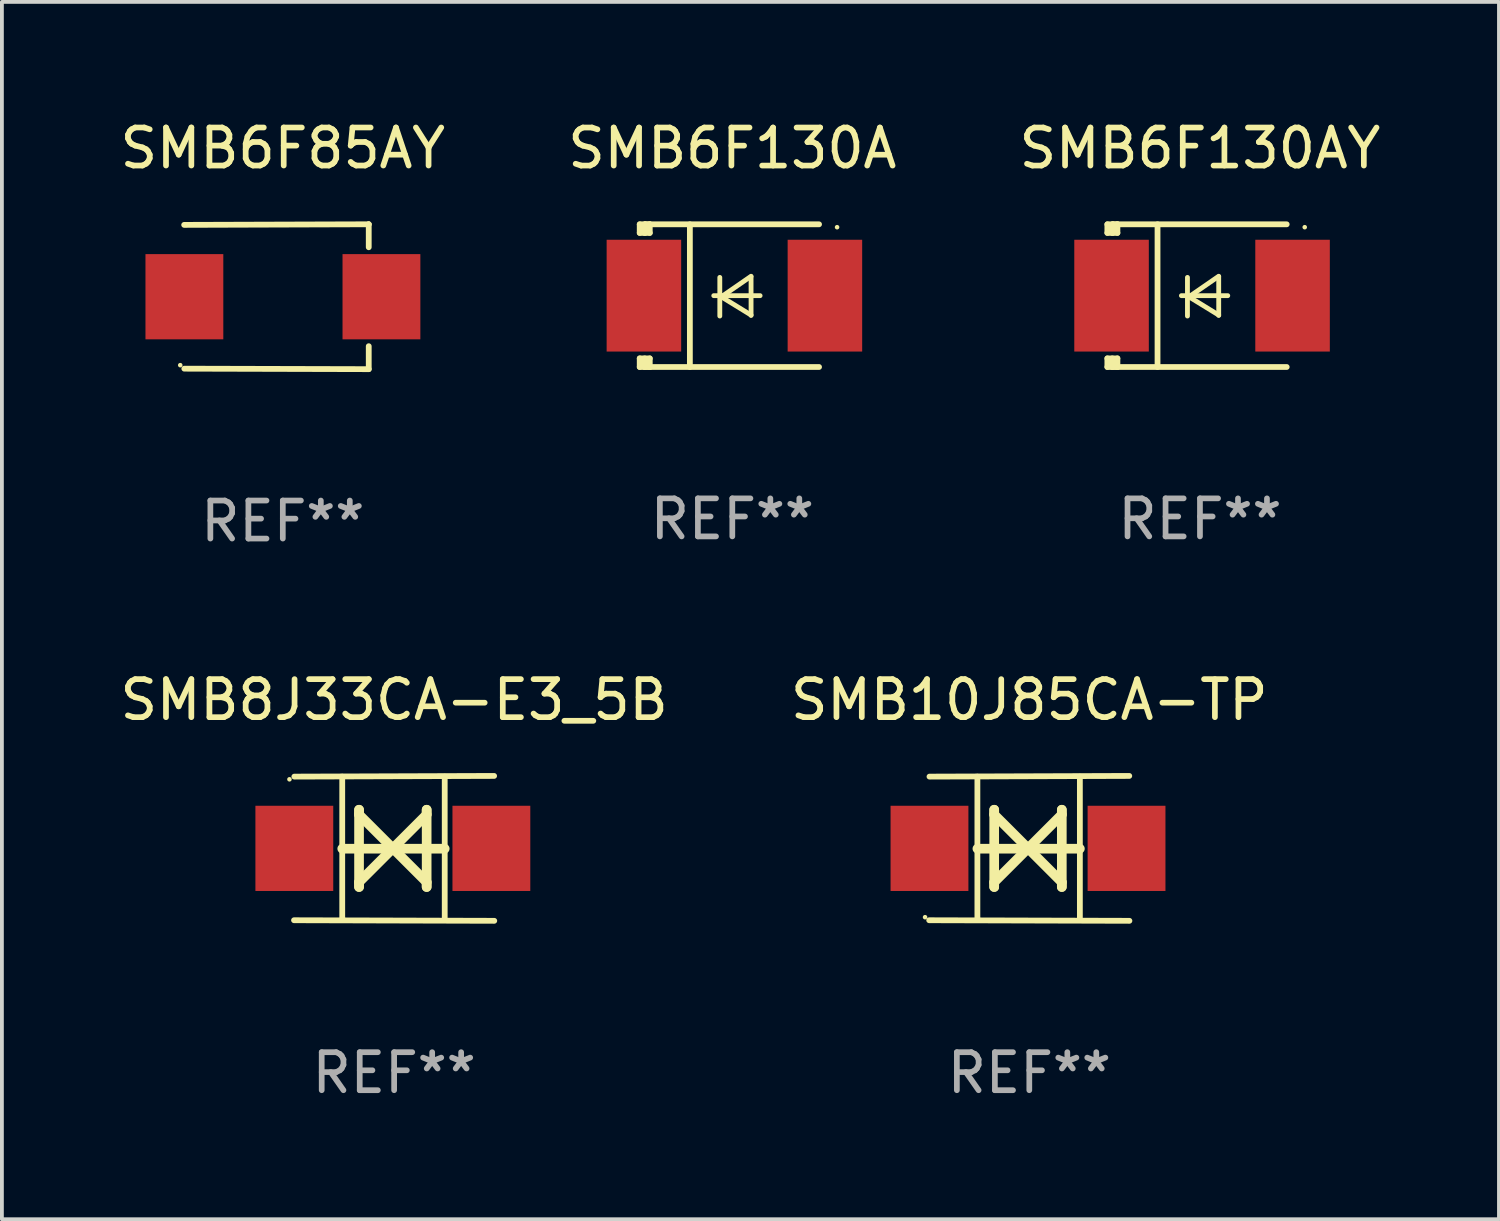
<source format=kicad_pcb>
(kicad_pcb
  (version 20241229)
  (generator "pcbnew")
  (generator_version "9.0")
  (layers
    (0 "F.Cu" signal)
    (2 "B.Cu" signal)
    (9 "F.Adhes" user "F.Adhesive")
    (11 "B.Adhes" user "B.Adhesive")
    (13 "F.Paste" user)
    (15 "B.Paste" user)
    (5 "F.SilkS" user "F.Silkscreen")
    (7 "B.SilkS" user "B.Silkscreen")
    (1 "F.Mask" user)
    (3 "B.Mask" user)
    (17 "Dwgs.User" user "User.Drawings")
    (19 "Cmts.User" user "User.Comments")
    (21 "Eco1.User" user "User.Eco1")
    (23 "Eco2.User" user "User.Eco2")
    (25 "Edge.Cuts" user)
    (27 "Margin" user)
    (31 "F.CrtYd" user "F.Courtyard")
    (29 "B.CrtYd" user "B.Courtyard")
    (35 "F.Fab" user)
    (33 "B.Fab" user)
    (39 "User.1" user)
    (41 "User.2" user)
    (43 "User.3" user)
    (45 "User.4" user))
  (footprint "SMB6F130A"
    (layer "F.Cu")
    (at 16.208 4.725)
    (property "Reference" "SMB6F130A" (at 0 -3.876 0) (layer "F.SilkS") (effects (font (size 1 1) (thickness 0.15))))
    (attr through_hole)
    (fp_line (start -2.435 1.65) (end -2.171 1.65) (stroke (width 0.152) (type solid)) (layer "F.SilkS"))
    (fp_line (start -2.435 1.876) (end -2.435 1.65) (stroke (width 0.152) (type solid)) (layer "F.SilkS"))
    (fp_line (start -2.435 -1.876) (end -2.171 -1.876) (stroke (width 0.152) (type solid)) (layer "F.SilkS"))
    (fp_line (start -2.435 -1.65) (end -2.435 -1.876) (stroke (width 0.152) (type solid)) (layer "F.SilkS"))
    (fp_line (start -2.305 -1.866) (end -2.295 -1.876) (stroke (width 0.152) (type solid)) (layer "F.SilkS"))
    (fp_line (start -2.305 -1.65) (end -2.305 -1.866) (stroke (width 0.152) (type solid)) (layer "F.SilkS"))
    (fp_line (start -2.305 1.876) (end -2.305 1.65) (stroke (width 0.152) (type solid)) (layer "F.SilkS"))
    (fp_line (start -2.295 -1.876) (end -2.295 -1.65) (stroke (width 0.152) (type solid)) (layer "F.SilkS"))
    (fp_line (start -2.171 1.876) (end -2.435 1.876) (stroke (width 0.152) (type solid)) (layer "F.SilkS"))
    (fp_line (start -2.171 -1.65) (end -2.435 -1.65) (stroke (width 0.152) (type solid)) (layer "F.SilkS"))
    (fp_line (start -2.171 -1.876) (end -2.295 -1.876) (stroke (width 0.152) (type solid)) (layer "F.SilkS"))
    (fp_line (start -2.171 -1.65) (end -2.171 -1.876) (stroke (width 0.152) (type solid)) (layer "F.SilkS"))
    (fp_line (start -2.171 1.876) (end -2.305 1.876) (stroke (width 0.152) (type solid)) (layer "F.SilkS"))
    (fp_line (start -2.171 1.876) (end -2.171 1.65) (stroke (width 0.152) (type solid)) (layer "F.SilkS"))
    (fp_line (start -1.116 1.876) (end -1.116 -1.876) (stroke (width 0.152) (type solid)) (layer "F.SilkS"))
    (fp_line (start -0.488 0.000102) (end 0.731 0.000102) (stroke (width 0.127) (type solid)) (layer "F.SilkS"))
    (fp_line (start -0.329 -0.48) (end -0.329 0.536) (stroke (width 0.127) (type solid)) (layer "F.SilkS"))
    (fp_line (start -0.29 0.03) (end 0.493 0.51) (stroke (width 0.127) (type solid)) (layer "F.SilkS"))
    (fp_line (start 0.493 -0.51) (end -0.29 0.03) (stroke (width 0.127) (type solid)) (layer "F.SilkS"))
    (fp_line (start 0.493 0.52) (end 0.493 -0.496) (stroke (width 0.127) (type solid)) (layer "F.SilkS"))
    (fp_line (start 2.281 -1.876) (end -2.171 -1.876) (stroke (width 0.152) (type solid)) (layer "F.SilkS"))
    (fp_line (start 2.281 1.876) (end -2.171 1.876) (stroke (width 0.152) (type solid)) (layer "F.SilkS"))
    (fp_circle (center 2.755 -1.8) (end 2.785 -1.8) (stroke (width 0.06) (type solid)) (fill no) (layer "F.SilkS"))
    (fp_text user "REF**" (at 0 5.876 0) (layer "F.Fab") (effects (font (size 1 1) (thickness 0.15))))
    (pad "1" smd rect (at 2.435 -0.000025 180) (size 1.96 2.94) (layers "F.Cu" "F.Mask" "F.Paste"))
    (pad "2" smd rect (at -2.325 -0.000025 180) (size 1.96 2.94) (layers "F.Cu" "F.Mask" "F.Paste")))
  (footprint "SMB6F85AY"
    (layer "F.Cu")
    (at 4.387 4.753)
    (property "Reference" "SMB6F85AY" (at 0 -3.905 0) (layer "F.SilkS") (effects (font (size 1 1) (thickness 0.15))))
    (attr through_hole)
    (fp_line (start 2.256 -1.905) (end -2.594 -1.889) (stroke (width 0.152) (type solid)) (layer "F.SilkS"))
    (fp_line (start 2.256 -1.905) (end 2.26 -1.905) (stroke (width 0.152) (type solid)) (layer "F.SilkS"))
    (fp_line (start 2.26 -1.905) (end 2.26 -1.301) (stroke (width 0.152) (type solid)) (layer "F.SilkS"))
    (fp_line (start 2.26 1.301) (end 2.26 1.905) (stroke (width 0.152) (type solid)) (layer "F.SilkS"))
    (fp_line (start 2.26 1.905) (end -2.59 1.892) (stroke (width 0.152) (type solid)) (layer "F.SilkS"))
    (fp_circle (center -2.697 1.8) (end -2.667 1.8) (stroke (width 0.06) (type solid)) (fill no) (layer "F.SilkS"))
    (fp_text user "REF**" (at 0 5.905 0) (layer "F.Fab") (effects (font (size 1 1) (thickness 0.15))))
    (pad "1" smd rect (at -2.588 0) (size 2.047 2.241) (layers "F.Cu" "F.Mask" "F.Paste"))
    (pad "2" smd rect (at 2.594 0) (size 2.047 2.241) (layers "F.Cu" "F.Mask" "F.Paste")))
  (footprint "SMB8J33CA-E3_5B"
    (layer "F.Cu")
    (at 7.315 19.26)
    (property "Reference" "SMB8J33CA-E3_5B" (at 0 -3.905 0) (layer "F.SilkS") (effects (font (size 1 1) (thickness 0.15))))
    (attr through_hole)
    (fp_line (start -1.365 1.886) (end -1.365 -1.886) (stroke (width 0.152) (type solid)) (layer "F.SilkS"))
    (fp_line (start -1.365 0.008) (end 1.33 0.008) (stroke (width 0.254) (type solid)) (layer "F.SilkS"))
    (fp_line (start -0.923 -1.016) (end -0.923 1.016) (stroke (width 0.254) (type solid)) (layer "F.SilkS"))
    (fp_line (start -0.923 -0.889) (end -0.923 -1.016) (stroke (width 0.254) (type solid)) (layer "F.SilkS"))
    (fp_line (start -0.923 0.889) (end -0.034 0) (stroke (width 0.254) (type solid)) (layer "F.SilkS"))
    (fp_line (start -0.923 1.016) (end -0.923 0.889) (stroke (width 0.254) (type solid)) (layer "F.SilkS"))
    (fp_line (start -0.034 0) (end -0.923 -0.889) (stroke (width 0.254) (type solid)) (layer "F.SilkS"))
    (fp_line (start -0.034 0) (end 0.855 0.889) (stroke (width 0.254) (type solid)) (layer "F.SilkS"))
    (fp_line (start 0.855 -1.016) (end 0.855 -0.889) (stroke (width 0.254) (type solid)) (layer "F.SilkS"))
    (fp_line (start 0.855 -0.889) (end -0.034 0) (stroke (width 0.254) (type solid)) (layer "F.SilkS"))
    (fp_line (start 0.855 0.889) (end 0.855 1.016) (stroke (width 0.254) (type solid)) (layer "F.SilkS"))
    (fp_line (start 0.855 1.016) (end 0.855 -1.016) (stroke (width 0.254) (type solid)) (layer "F.SilkS"))
    (fp_line (start 1.33 1.886) (end 1.33 -1.886) (stroke (width 0.152) (type solid)) (layer "F.SilkS"))
    (fp_line (start 2.629 -1.905) (end -2.625 -1.887) (stroke (width 0.152) (type solid)) (layer "F.SilkS"))
    (fp_line (start 2.633 1.905) (end -2.633 1.89) (stroke (width 0.152) (type solid)) (layer "F.SilkS"))
    (fp_circle (center -2.753 -1.816) (end -2.723 -1.816) (stroke (width 0.06) (type solid)) (fill no) (layer "F.SilkS"))
    (fp_text user "REF**" (at 0 5.905 0) (layer "F.Fab") (effects (font (size 1 1) (thickness 0.15))))
    (pad "1" smd rect (at -2.625 0) (size 2.047 2.241) (layers "F.Cu" "F.Mask" "F.Paste"))
    (pad "2" smd rect (at 2.557 0) (size 2.047 2.241) (layers "F.Cu" "F.Mask" "F.Paste")))
  (footprint "SMB10J85CA-TP"
    (layer "F.Cu")
    (at 24.018 19.26)
    (property "Reference" "SMB10J85CA-TP" (at 0 -3.905 0) (layer "F.SilkS") (effects (font (size 1 1) (thickness 0.15))))
    (attr through_hole)
    (fp_line (start -1.365 1.886) (end -1.365 -1.886) (stroke (width 0.152) (type solid)) (layer "F.SilkS"))
    (fp_line (start -1.365 0.008) (end 1.33 0.008) (stroke (width 0.254) (type solid)) (layer "F.SilkS"))
    (fp_line (start -0.923 -1.016) (end -0.923 1.016) (stroke (width 0.254) (type solid)) (layer "F.SilkS"))
    (fp_line (start -0.923 -0.889) (end -0.923 -1.016) (stroke (width 0.254) (type solid)) (layer "F.SilkS"))
    (fp_line (start -0.923 0.889) (end -0.034 0) (stroke (width 0.254) (type solid)) (layer "F.SilkS"))
    (fp_line (start -0.923 1.016) (end -0.923 0.889) (stroke (width 0.254) (type solid)) (layer "F.SilkS"))
    (fp_line (start -0.034 0) (end -0.923 -0.889) (stroke (width 0.254) (type solid)) (layer "F.SilkS"))
    (fp_line (start -0.034 0) (end 0.855 0.889) (stroke (width 0.254) (type solid)) (layer "F.SilkS"))
    (fp_line (start 0.855 -1.016) (end 0.855 -0.889) (stroke (width 0.254) (type solid)) (layer "F.SilkS"))
    (fp_line (start 0.855 -0.889) (end -0.034 0) (stroke (width 0.254) (type solid)) (layer "F.SilkS"))
    (fp_line (start 0.855 0.889) (end 0.855 1.016) (stroke (width 0.254) (type solid)) (layer "F.SilkS"))
    (fp_line (start 0.855 1.016) (end 0.855 -1.016) (stroke (width 0.254) (type solid)) (layer "F.SilkS"))
    (fp_line (start 1.33 1.886) (end 1.33 -1.886) (stroke (width 0.152) (type solid)) (layer "F.SilkS"))
    (fp_line (start 2.629 -1.905) (end -2.625 -1.887) (stroke (width 0.152) (type solid)) (layer "F.SilkS"))
    (fp_line (start 2.633 1.905) (end -2.633 1.89) (stroke (width 0.152) (type solid)) (layer "F.SilkS"))
    (fp_circle (center -2.741 1.81) (end -2.711 1.81) (stroke (width 0.06) (type solid)) (fill no) (layer "F.SilkS"))
    (fp_text user "REF**" (at 0 5.905 0) (layer "F.Fab") (effects (font (size 1 1) (thickness 0.15))))
    (pad "1" smd rect (at -2.625 0) (size 2.047 2.241) (layers "F.Cu" "F.Mask" "F.Paste"))
    (pad "2" smd rect (at 2.557 0) (size 2.047 2.241) (layers "F.Cu" "F.Mask" "F.Paste")))
  (footprint "SMB6F130AY"
    (layer "F.Cu")
    (at 28.506 4.725)
    (property "Reference" "SMB6F130AY" (at 0 -3.876 0) (layer "F.SilkS") (effects (font (size 1 1) (thickness 0.15))))
    (attr through_hole)
    (fp_line (start -2.435 1.65) (end -2.171 1.65) (stroke (width 0.152) (type solid)) (layer "F.SilkS"))
    (fp_line (start -2.435 1.876) (end -2.435 1.65) (stroke (width 0.152) (type solid)) (layer "F.SilkS"))
    (fp_line (start -2.435 -1.876) (end -2.171 -1.876) (stroke (width 0.152) (type solid)) (layer "F.SilkS"))
    (fp_line (start -2.435 -1.65) (end -2.435 -1.876) (stroke (width 0.152) (type solid)) (layer "F.SilkS"))
    (fp_line (start -2.305 -1.866) (end -2.295 -1.876) (stroke (width 0.152) (type solid)) (layer "F.SilkS"))
    (fp_line (start -2.305 -1.65) (end -2.305 -1.866) (stroke (width 0.152) (type solid)) (layer "F.SilkS"))
    (fp_line (start -2.305 1.876) (end -2.305 1.65) (stroke (width 0.152) (type solid)) (layer "F.SilkS"))
    (fp_line (start -2.295 -1.876) (end -2.295 -1.65) (stroke (width 0.152) (type solid)) (layer "F.SilkS"))
    (fp_line (start -2.171 1.876) (end -2.435 1.876) (stroke (width 0.152) (type solid)) (layer "F.SilkS"))
    (fp_line (start -2.171 -1.65) (end -2.435 -1.65) (stroke (width 0.152) (type solid)) (layer "F.SilkS"))
    (fp_line (start -2.171 -1.876) (end -2.295 -1.876) (stroke (width 0.152) (type solid)) (layer "F.SilkS"))
    (fp_line (start -2.171 -1.65) (end -2.171 -1.876) (stroke (width 0.152) (type solid)) (layer "F.SilkS"))
    (fp_line (start -2.171 1.876) (end -2.305 1.876) (stroke (width 0.152) (type solid)) (layer "F.SilkS"))
    (fp_line (start -2.171 1.876) (end -2.171 1.65) (stroke (width 0.152) (type solid)) (layer "F.SilkS"))
    (fp_line (start -1.116 1.876) (end -1.116 -1.876) (stroke (width 0.152) (type solid)) (layer "F.SilkS"))
    (fp_line (start -0.488 0.000102) (end 0.731 0.000102) (stroke (width 0.127) (type solid)) (layer "F.SilkS"))
    (fp_line (start -0.329 -0.48) (end -0.329 0.536) (stroke (width 0.127) (type solid)) (layer "F.SilkS"))
    (fp_line (start -0.29 0.03) (end 0.493 0.51) (stroke (width 0.127) (type solid)) (layer "F.SilkS"))
    (fp_line (start 0.493 -0.51) (end -0.29 0.03) (stroke (width 0.127) (type solid)) (layer "F.SilkS"))
    (fp_line (start 0.493 0.52) (end 0.493 -0.496) (stroke (width 0.127) (type solid)) (layer "F.SilkS"))
    (fp_line (start 2.281 -1.876) (end -2.171 -1.876) (stroke (width 0.152) (type solid)) (layer "F.SilkS"))
    (fp_line (start 2.281 1.876) (end -2.171 1.876) (stroke (width 0.152) (type solid)) (layer "F.SilkS"))
    (fp_circle (center 2.755 -1.8) (end 2.785 -1.8) (stroke (width 0.06) (type solid)) (fill no) (layer "F.SilkS"))
    (fp_text user "REF**" (at 0 5.876 0) (layer "F.Fab") (effects (font (size 1 1) (thickness 0.15))))
    (pad "1" smd rect (at 2.435 -0.000025 180) (size 1.96 2.94) (layers "F.Cu" "F.Mask" "F.Paste"))
    (pad "2" smd rect (at -2.325 -0.000025 180) (size 1.96 2.94) (layers "F.Cu" "F.Mask" "F.Paste")))
  (gr_rect
    (start -3 -3)
    (end 36.369 29.013)
    (stroke (width 0.1) (type default))
    (fill no)
    (layer "Edge.Cuts")))
</source>
